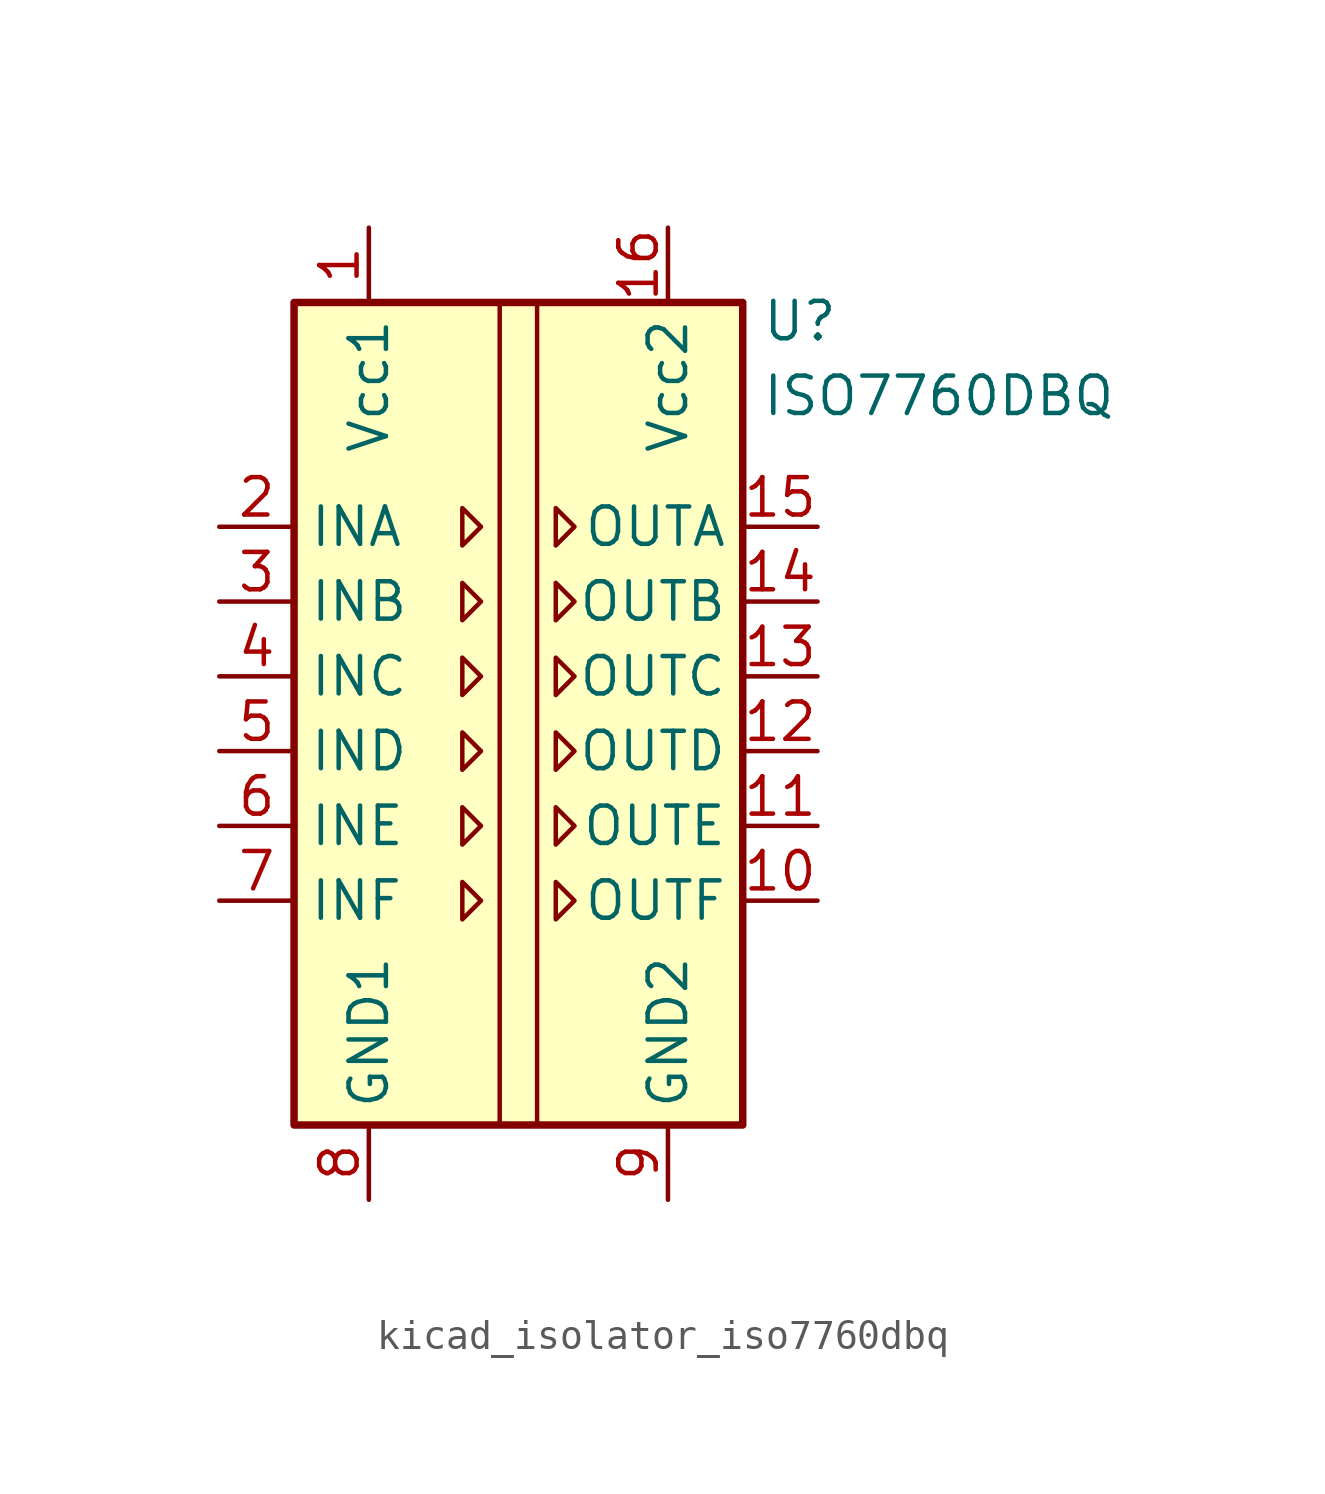
<source format=kicad_sym>
(kicad_symbol_lib
  (version 20220914)
  (generator kicad_symbol_editor)
  (symbol "kicad_isolator_iso7760dbq"
    (property "Reference" "U"
      (at 8.255 14.605 0)
      (effects (font (size 1.27 1.27)) (justify left)))
    (property "Value" "ISO7760DBQ"
      (at 8.255 12.065 0)
      (effects (font (size 1.27 1.27)) (justify left)))
    (symbol "kicad_isolator_iso7760dbq_0_1"
      (rectangle (start -7.62 15.24) (end 7.62 -12.7) (stroke (width 0.254) (type default)) (fill (type background)))
      (polyline (pts (xy -0.635 15.24) (xy -0.635 -12.7)) (stroke (width 0) (type default)) (fill (type none)))
      (polyline (pts (xy 0.635 15.24) (xy 0.635 -12.7)) (stroke (width 0) (type default)) (fill (type none)))
      (polyline (pts (xy -1.905 8.255) (xy -1.27 7.62) (xy -1.905 6.985) (xy -1.905 8.255)) (stroke (width 0) (type default)) (fill (type none)))
      (polyline (pts (xy 1.27 8.255) (xy 1.905 7.62) (xy 1.27 6.985) (xy 1.27 8.255)) (stroke (width 0) (type default)) (fill (type none))))
    (symbol "kicad_isolator_iso7760dbq_1_1"
      (polyline (pts (xy -1.905 -4.445) (xy -1.27 -5.08) (xy -1.905 -5.715) (xy -1.905 -4.445)) (stroke (width 0) (type default)) (fill (type none)))
      (polyline (pts (xy -1.905 -1.905) (xy -1.27 -2.54) (xy -1.905 -3.175) (xy -1.905 -1.905)) (stroke (width 0) (type default)) (fill (type none)))
      (polyline (pts (xy -1.905 0.635) (xy -1.27 0) (xy -1.905 -0.635) (xy -1.905 0.635)) (stroke (width 0) (type default)) (fill (type none)))
      (polyline (pts (xy -1.905 3.175) (xy -1.27 2.54) (xy -1.905 1.905) (xy -1.905 3.175)) (stroke (width 0) (type default)) (fill (type none)))
      (polyline (pts (xy -1.905 5.715) (xy -1.27 5.08) (xy -1.905 4.445) (xy -1.905 5.715)) (stroke (width 0) (type default)) (fill (type none)))
      (polyline (pts (xy 1.27 -4.445) (xy 1.905 -5.08) (xy 1.27 -5.715) (xy 1.27 -4.445)) (stroke (width 0) (type default)) (fill (type none)))
      (polyline (pts (xy 1.27 -1.905) (xy 1.905 -2.54) (xy 1.27 -3.175) (xy 1.27 -1.905)) (stroke (width 0) (type default)) (fill (type none)))
      (polyline (pts (xy 1.27 0.635) (xy 1.905 0) (xy 1.27 -0.635) (xy 1.27 0.635)) (stroke (width 0) (type default)) (fill (type none)))
      (polyline (pts (xy 1.27 3.175) (xy 1.905 2.54) (xy 1.27 1.905) (xy 1.27 3.175)) (stroke (width 0) (type default)) (fill (type none)))
      (polyline (pts (xy 1.27 5.715) (xy 1.905 5.08) (xy 1.27 4.445) (xy 1.27 5.715)) (stroke (width 0) (type default)) (fill (type none)))
      (pin power_in line (at -5.08 17.78 270) (length 2.54) (name "Vcc1" (effects (font (size 1.27 1.27)))) (number "1" (effects (font (size 1.27 1.27)))))
      (pin output line (at 10.16 -5.08 180) (length 2.54) (name "OUTF" (effects (font (size 1.27 1.27)))) (number "10" (effects (font (size 1.27 1.27)))))
      (pin output line (at 10.16 -2.54 180) (length 2.54) (name "OUTE" (effects (font (size 1.27 1.27)))) (number "11" (effects (font (size 1.27 1.27)))))
      (pin output line (at 10.16 0 180) (length 2.54) (name "OUTD" (effects (font (size 1.27 1.27)))) (number "12" (effects (font (size 1.27 1.27)))))
      (pin output line (at 10.16 2.54 180) (length 2.54) (name "OUTC" (effects (font (size 1.27 1.27)))) (number "13" (effects (font (size 1.27 1.27)))))
      (pin output line (at 10.16 5.08 180) (length 2.54) (name "OUTB" (effects (font (size 1.27 1.27)))) (number "14" (effects (font (size 1.27 1.27)))))
      (pin output line (at 10.16 7.62 180) (length 2.54) (name "OUTA" (effects (font (size 1.27 1.27)))) (number "15" (effects (font (size 1.27 1.27)))))
      (pin power_in line (at 5.08 17.78 270) (length 2.54) (name "Vcc2" (effects (font (size 1.27 1.27)))) (number "16" (effects (font (size 1.27 1.27)))))
      (pin input line (at -10.16 7.62 0) (length 2.54) (name "INA" (effects (font (size 1.27 1.27)))) (number "2" (effects (font (size 1.27 1.27)))))
      (pin input line (at -10.16 5.08 0) (length 2.54) (name "INB" (effects (font (size 1.27 1.27)))) (number "3" (effects (font (size 1.27 1.27)))))
      (pin input line (at -10.16 2.54 0) (length 2.54) (name "INC" (effects (font (size 1.27 1.27)))) (number "4" (effects (font (size 1.27 1.27)))))
      (pin input line (at -10.16 0 0) (length 2.54) (name "IND" (effects (font (size 1.27 1.27)))) (number "5" (effects (font (size 1.27 1.27)))))
      (pin input line (at -10.16 -2.54 0) (length 2.54) (name "INE" (effects (font (size 1.27 1.27)))) (number "6" (effects (font (size 1.27 1.27)))))
      (pin input line (at -10.16 -5.08 0) (length 2.54) (name "INF" (effects (font (size 1.27 1.27)))) (number "7" (effects (font (size 1.27 1.27)))))
      (pin power_in line (at -5.08 -15.24 90) (length 2.54) (name "GND1" (effects (font (size 1.27 1.27)))) (number "8" (effects (font (size 1.27 1.27)))))
      (pin power_in line (at 5.08 -15.24 90) (length 2.54) (name "GND2" (effects (font (size 1.27 1.27)))) (number "9" (effects (font (size 1.27 1.27))))))))
</source>
